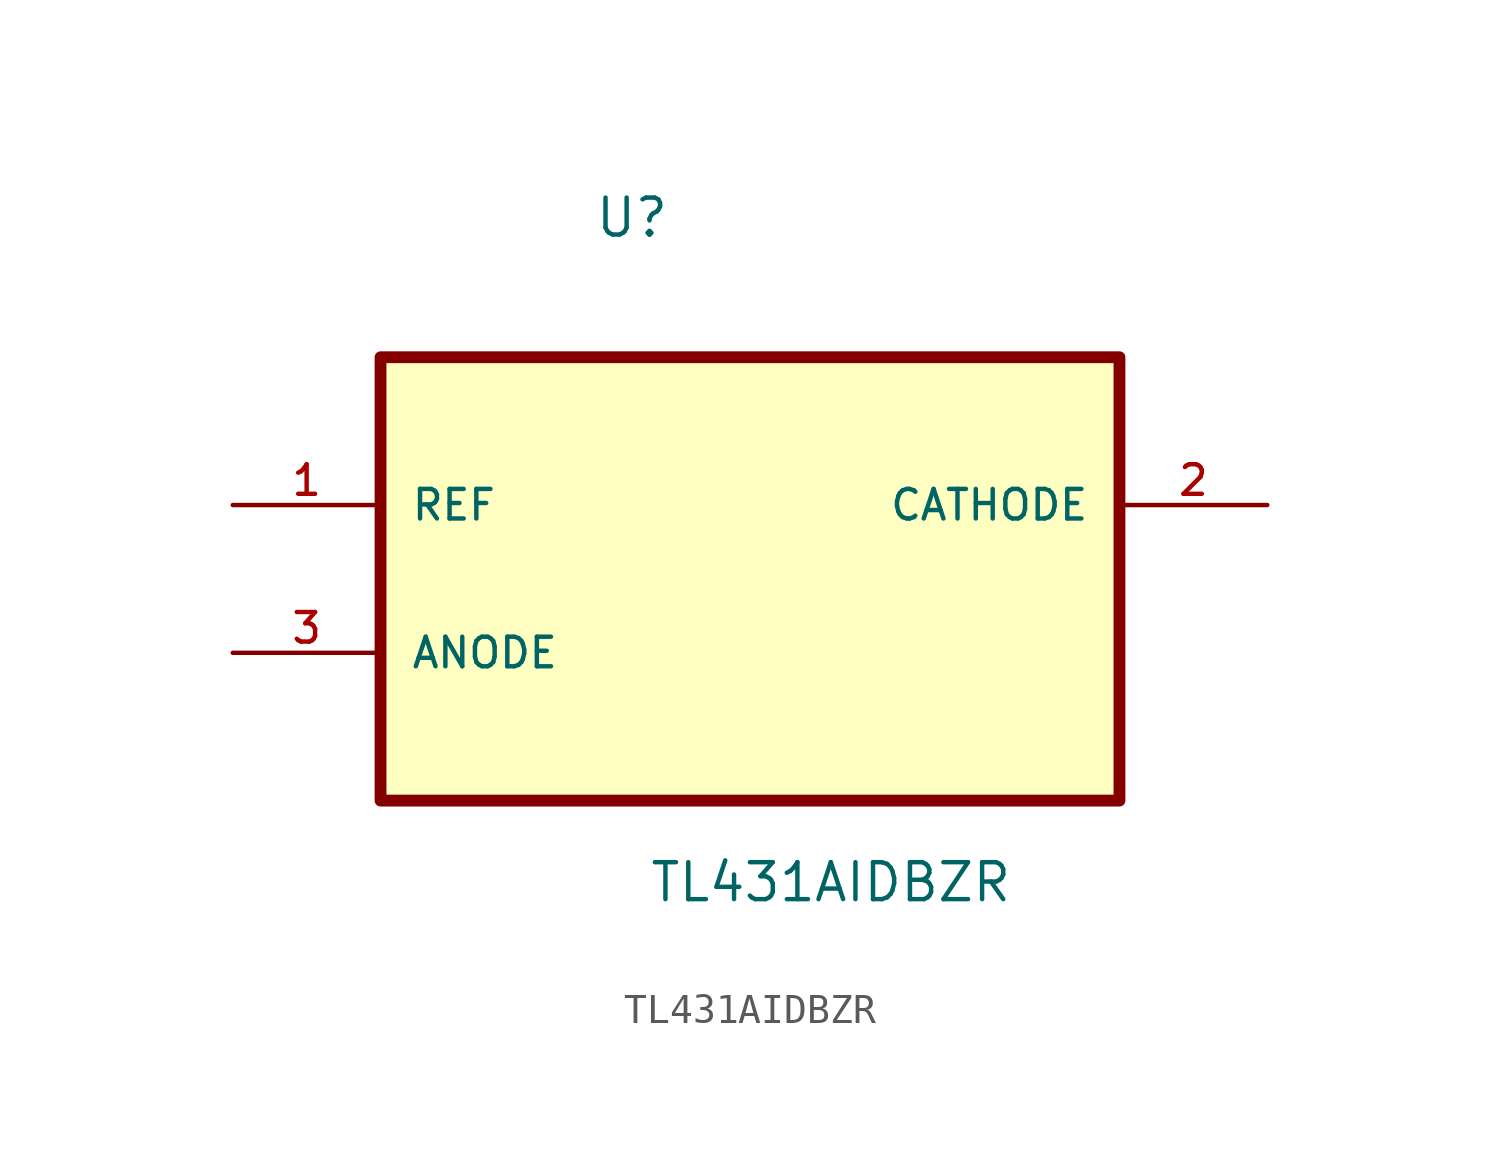
<source format=kicad_sym>
(kicad_symbol_lib
  (version 20211014)
  (generator kicad_symbol_editor)
  (symbol "TL431AIDBZR"
    (pin_names
      (offset 1.016))
    (property "Reference" "U"
      (at -5.369 9.135 0.0)
      (effects (font (size 1.27 1.27)) (justify bottom left)))
    (property "Value" "TL431AIDBZR"
      (at -3.491 -13.71 0.0)
      (effects (font (size 1.27 1.27)) (justify bottom left)))
    (symbol "TL431AIDBZR_0_0"
      (rectangle (start -12.7 -10.16) (end 12.7 5.08) (stroke (width 0.406)) (fill (type background)))
      (pin power_in line (at -17.78 0.0 0) (length 5.08) (name "REF" (effects (font (size 1.016 1.016)))) (number "1" (effects (font (size 1.016 1.016)))))
      (pin passive line (at -17.78 -5.08 0) (length 5.08) (name "ANODE" (effects (font (size 1.016 1.016)))) (number "3" (effects (font (size 1.016 1.016)))))
      (pin passive line (at 17.78 0.0 180.0) (length 5.08) (name "CATHODE" (effects (font (size 1.016 1.016)))) (number "2" (effects (font (size 1.016 1.016))))))))
</source>
